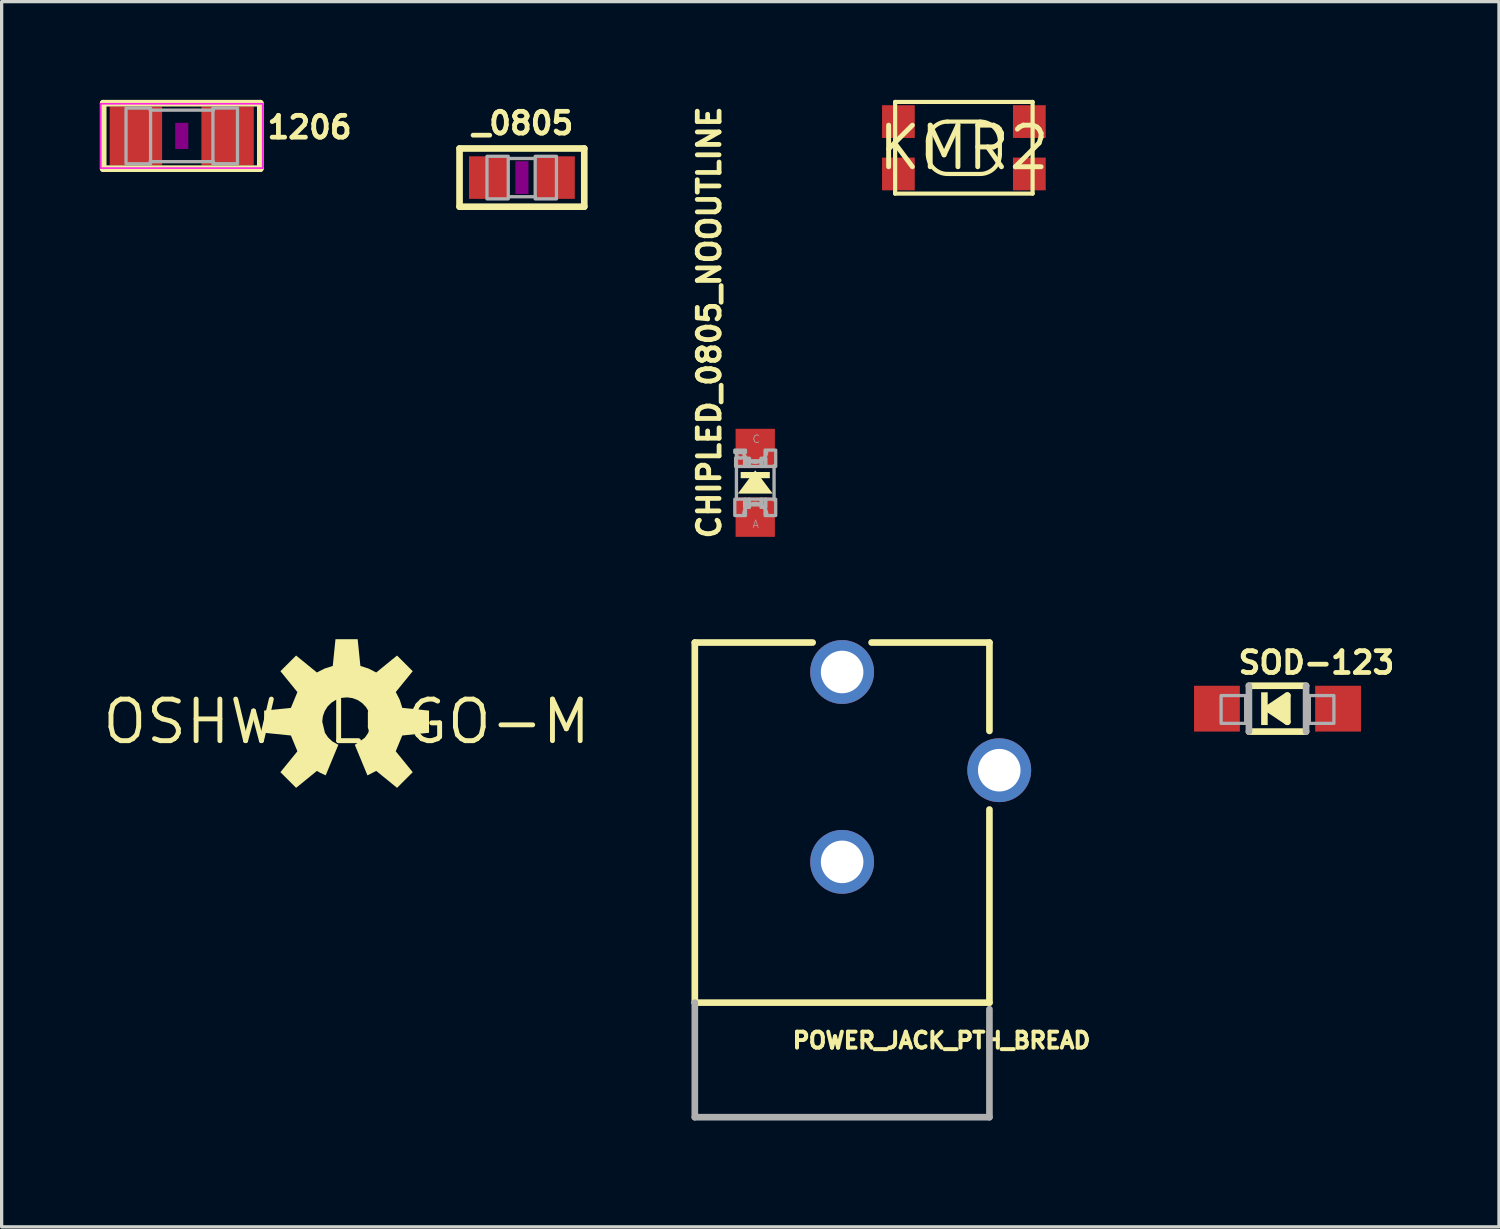
<source format=kicad_pcb>
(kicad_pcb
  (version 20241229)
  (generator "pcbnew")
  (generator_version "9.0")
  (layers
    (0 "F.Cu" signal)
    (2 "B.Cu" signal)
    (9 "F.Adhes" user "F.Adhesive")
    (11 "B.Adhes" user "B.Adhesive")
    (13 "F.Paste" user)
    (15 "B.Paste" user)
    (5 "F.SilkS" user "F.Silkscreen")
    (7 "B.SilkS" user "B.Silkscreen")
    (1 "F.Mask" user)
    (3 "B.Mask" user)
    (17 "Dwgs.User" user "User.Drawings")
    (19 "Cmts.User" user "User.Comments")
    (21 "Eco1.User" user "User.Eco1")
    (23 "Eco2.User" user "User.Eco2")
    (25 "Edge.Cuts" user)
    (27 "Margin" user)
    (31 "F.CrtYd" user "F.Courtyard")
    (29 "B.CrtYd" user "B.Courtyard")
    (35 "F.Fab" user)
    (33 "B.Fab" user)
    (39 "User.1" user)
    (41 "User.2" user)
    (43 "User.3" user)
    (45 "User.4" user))
  (footprint "_0805"
    (layer "F.Cu")
    (at 12.893 2.375)
    (property "Reference" "_0805" (at -1.587 -1.27 0) (layer "F.SilkS") (effects (font (size 0.666 0.666) (thickness 0.146)) (justify left bottom)))
    (fp_line (start -1.905 -0.889) (end 1.905 -0.889) (stroke (width 0.203) (type solid)) (layer "F.SilkS"))
    (fp_line (start -1.905 0.889) (end -1.905 -0.889) (stroke (width 0.203) (type solid)) (layer "F.SilkS"))
    (fp_line (start 1.905 -0.889) (end 1.905 0.889) (stroke (width 0.203) (type solid)) (layer "F.SilkS"))
    (fp_line (start 1.905 0.889) (end -1.905 0.889) (stroke (width 0.203) (type solid)) (layer "F.SilkS"))
    (fp_poly (pts (xy -0.2 0.5) (xy 0.2 0.5) (xy 0.2 -0.5) (xy -0.2 -0.5)) (stroke (width 0) (type solid)) (fill yes) (layer "F.Adhes"))
    (fp_line (start -0.41 -0.585) (end 0.41 -0.585) (stroke (width 0.102) (type solid)) (layer "F.Fab"))
    (fp_line (start -0.41 0.585) (end 0.41 0.585) (stroke (width 0.102) (type solid)) (layer "F.Fab"))
    (fp_poly (pts (xy -1.067 0.65) (xy -0.417 0.65) (xy -0.417 -0.65) (xy -1.067 -0.65)) (stroke (width 0.1) (type solid)) (fill no) (layer "F.Fab"))
    (fp_poly (pts (xy 0.406 0.65) (xy 1.056 0.65) (xy 1.056 -0.65) (xy 0.406 -0.65)) (stroke (width 0.1) (type solid)) (fill no) (layer "F.Fab"))
    (pad "1" smd rect (at -1.016 0) (size 1.2 1.3) (layers "F.Cu" "F.Mask" "F.Paste"))
    (pad "2" smd rect (at 1.016 0) (size 1.2 1.3) (layers "F.Cu" "F.Mask" "F.Paste")))
  (footprint "SOD-123"
    (layer "F.Cu")
    (at 35.975 18.598)
    (property "Reference" "SOD-123" (at -1.27 -1.016 0) (layer "F.SilkS") (effects (font (size 0.666 0.666) (thickness 0.146)) (justify left bottom)))
    (fp_line (start -0.873 -0.7) (end 0.873 -0.7) (stroke (width 0.203) (type solid)) (layer "F.SilkS"))
    (fp_line (start -0.3 0) (end 0.3 -0.4) (stroke (width 0.203) (type solid)) (layer "F.SilkS"))
    (fp_line (start 0.3 -0.4) (end 0.3 0.4) (stroke (width 0.203) (type solid)) (layer "F.SilkS"))
    (fp_line (start 0.3 0.4) (end -0.3 0) (stroke (width 0.203) (type solid)) (layer "F.SilkS"))
    (fp_line (start 0.873 0.7) (end -0.873 0.7) (stroke (width 0.203) (type solid)) (layer "F.SilkS"))
    (fp_poly (pts (xy 0.302 0.39) (xy -0.283 0) (xy 0.302 -0.39)) (stroke (width 0) (type solid)) (fill yes) (layer "F.SilkS"))
    (fp_poly (pts (xy -0.5 0.5) (xy -0.3 0.5) (xy -0.3 -0.5) (xy -0.5 -0.5)) (stroke (width 0) (type solid)) (fill yes) (layer "F.SilkS"))
    (fp_line (start -0.873 0.7) (end -0.873 -0.7) (stroke (width 0.203) (type solid)) (layer "F.Fab"))
    (fp_line (start 0.873 -0.7) (end 0.873 0.7) (stroke (width 0.203) (type solid)) (layer "F.Fab"))
    (fp_poly (pts (xy -1.723 0.45) (xy -0.973 0.45) (xy -0.973 -0.4) (xy -1.723 -0.4)) (stroke (width 0.1) (type solid)) (fill no) (layer "F.Fab"))
    (fp_poly (pts (xy 0.973 0.45) (xy 1.723 0.45) (xy 1.723 -0.4) (xy 0.973 -0.4)) (stroke (width 0.1) (type solid)) (fill no) (layer "F.Fab"))
    (pad "A" smd rect (at 1.85 0 90) (size 1.4 1.4) (layers "F.Cu" "F.Mask" "F.Paste"))
    (pad "C" smd rect (at -1.85 0 90) (size 1.4 1.4) (layers "F.Cu" "F.Mask" "F.Paste")))
  (footprint "KMR2"
    (layer "F.Cu")
    (at 26.394 1.464)
    (property "Reference" "KMR2" (at 0 0 0) (layer "F.SilkS") (effects (font (size 1.27 1.27) (thickness 0.15))))
    (fp_line (start -2.1 -1.4) (end 2.1 -1.4) (stroke (width 0.127) (type solid)) (layer "F.SilkS"))
    (fp_line (start -2.1 1.4) (end -2.1 -1.4) (stroke (width 0.127) (type solid)) (layer "F.SilkS"))
    (fp_line (start -1.1 0.2) (end -1.1 -0.2) (stroke (width 0.127) (type solid)) (layer "F.SilkS"))
    (fp_line (start -0.5 -0.8) (end 0.5 -0.8) (stroke (width 0.127) (type solid)) (layer "F.SilkS"))
    (fp_line (start 0.5 0.8) (end -0.5 0.8) (stroke (width 0.127) (type solid)) (layer "F.SilkS"))
    (fp_line (start 1.1 -0.2) (end 1.1 0.2) (stroke (width 0.127) (type solid)) (layer "F.SilkS"))
    (fp_line (start 2.1 -1.4) (end 2.1 1.4) (stroke (width 0.127) (type solid)) (layer "F.SilkS"))
    (fp_line (start 2.1 1.4) (end -2.1 1.4) (stroke (width 0.127) (type solid)) (layer "F.SilkS"))
    (fp_arc (start -1.1 -0.2) (mid -0.924263 -0.624264) (end -0.499998 -0.8) (stroke (width 0.127) (type solid)) (layer "F.SilkS"))
    (fp_arc (start -0.5 0.8) (mid -0.924264 0.624263) (end -1.1 0.199998) (stroke (width 0.127) (type solid)) (layer "F.SilkS"))
    (fp_arc (start 0.5 -0.8) (mid 0.924264 -0.624263) (end 1.1 -0.199998) (stroke (width 0.127) (type solid)) (layer "F.SilkS"))
    (fp_arc (start 1.1 0.2) (mid 0.924263 0.624264) (end 0.499998 0.8) (stroke (width 0.127) (type solid)) (layer "F.SilkS"))
    (pad "1" smd rect (at 2 -0.8) (size 1 1) (layers "F.Cu" "F.Mask" "F.Paste"))
    (pad "2" smd rect (at 2 0.8) (size 1 1) (layers "F.Cu" "F.Mask" "F.Paste"))
    (pad "3" smd rect (at -2 -0.8) (size 1 1) (layers "F.Cu" "F.Mask" "F.Paste"))
    (pad "4" smd rect (at -2 0.8) (size 1 1) (layers "F.Cu" "F.Mask" "F.Paste")))
  (footprint "1206"
    (layer "F.Cu")
    (at 2.502 1.102)
    (property "Reference" "1206" (at 2.54 0.127 0) (layer "F.SilkS") (effects (font (size 0.666 0.666) (thickness 0.146)) (justify left bottom)))
    (fp_line (start -2.4 -1) (end 2.4 -1) (stroke (width 0.203) (type solid)) (layer "F.SilkS"))
    (fp_line (start -2.4 1) (end -2.4 -1) (stroke (width 0.203) (type solid)) (layer "F.SilkS"))
    (fp_line (start 2.4 -1) (end 2.4 1) (stroke (width 0.203) (type solid)) (layer "F.SilkS"))
    (fp_line (start 2.4 1) (end -2.4 1) (stroke (width 0.203) (type solid)) (layer "F.SilkS"))
    (fp_poly (pts (xy -0.2 0.4) (xy 0.2 0.4) (xy 0.2 -0.4) (xy -0.2 -0.4)) (stroke (width 0) (type solid)) (fill yes) (layer "F.Adhes"))
    (fp_line (start -2.473 -0.983) (end 2.473 -0.983) (stroke (width 0.051) (type solid)) (layer "F.CrtYd"))
    (fp_line (start -2.473 0.983) (end -2.473 -0.983) (stroke (width 0.051) (type solid)) (layer "F.CrtYd"))
    (fp_line (start 2.473 -0.983) (end 2.473 0.983) (stroke (width 0.051) (type solid)) (layer "F.CrtYd"))
    (fp_line (start 2.473 0.983) (end -2.473 0.983) (stroke (width 0.051) (type solid)) (layer "F.CrtYd"))
    (fp_line (start -0.965 -0.787) (end 0.965 -0.787) (stroke (width 0.102) (type solid)) (layer "F.Fab"))
    (fp_line (start -0.965 0.787) (end 0.965 0.787) (stroke (width 0.102) (type solid)) (layer "F.Fab"))
    (fp_poly (pts (xy -1.702 0.851) (xy -0.952 0.851) (xy -0.952 -0.849) (xy -1.702 -0.849)) (stroke (width 0.1) (type solid)) (fill no) (layer "F.Fab"))
    (fp_poly (pts (xy 0.952 0.849) (xy 1.702 0.849) (xy 1.702 -0.851) (xy 0.952 -0.851)) (stroke (width 0.1) (type solid)) (fill no) (layer "F.Fab"))
    (pad "1" smd rect (at -1.4 0) (size 1.6 1.8) (layers "F.Cu" "F.Mask" "F.Paste"))
    (pad "2" smd rect (at 1.4 0) (size 1.6 1.8) (layers "F.Cu" "F.Mask" "F.Paste")))
  (footprint "OSHW-LOGO-M"
    (layer "F.Cu")
    (at 7.537 18.996)
    (property "Reference" "OSHW-LOGO-M" (at 0 0 0) (layer "F.SilkS") (effects (font (size 1.27 1.27) (thickness 0.15))))
    (fp_poly (pts (xy 0.422 -1.703) (xy 0.672 -1.623) (xy 0.906 -1.503) (xy 1.542 -2.021) (xy 2.021 -1.542) (xy 1.503 -0.906) (xy 1.623 -0.672) (xy 1.703 -0.422) (xy 2.519 -0.339) (xy 2.519 0.339) (xy 1.701 0.422) (xy 1.502 0.904) (xy 2.021 1.542) (xy 1.542 2.021) (xy 0.906 1.503) (xy 0.638 1.641) (xy 0.252 0.708) (xy 0.558 0.49) (xy 0.653 0.354) (xy 0.716 0.197) (xy 0.742 0.031) (xy 0.73 -0.137) (xy 0.68 -0.298) (xy 0.596 -0.444) (xy 0.48 -0.567) (xy 0.34 -0.661) (xy 0.182 -0.72) (xy 0.015 -0.743) (xy -0.152 -0.727) (xy -0.312 -0.674) (xy -0.456 -0.586) (xy -0.577 -0.468) (xy -0.667 -0.326) (xy -0.724 -0.167) (xy -0.743 -0.002) (xy -0.661 0.339) (xy -0.565 0.482) (xy -0.437 0.601) (xy -0.251 0.705) (xy -0.638 1.639) (xy -0.804 1.562) (xy -0.907 1.504) (xy -1.542 2.021) (xy -2.021 1.542) (xy -1.502 0.904) (xy -1.701 0.422) (xy -2.519 0.339) (xy -2.519 -0.339) (xy -1.701 -0.422) (xy -1.502 -0.904) (xy -2.021 -1.542) (xy -1.542 -2.021) (xy -0.906 -1.503) (xy -0.672 -1.623) (xy -0.422 -1.703) (xy -0.339 -2.519) (xy 0.339 -2.519)) (stroke (width 0) (type solid)) (fill yes) (layer "F.SilkS")))
  (footprint "CHIPLED_0805_NOOUTLINE"
    (layer "F.Cu")
    (at 20.021 11.699)
    (property "Reference" "CHIPLED_0805_NOOUTLINE" (at -1.016 1.778 90) (layer "F.SilkS") (effects (font (size 0.666 0.666) (thickness 0.146)) (justify left bottom)))
    (fp_poly (pts (xy 0.533 0.33) (xy -0.533 0.33) (xy 0 -0.381)) (stroke (width 0) (type solid)) (fill yes) (layer "F.SilkS"))
    (fp_poly (pts (xy -0.445 -0.141) (xy 0.445 -0.141) (xy 0.445 -0.331) (xy -0.445 -0.331)) (stroke (width 0) (type solid)) (fill yes) (layer "F.SilkS"))
    (fp_line (start -0.575 0.5) (end -0.575 -0.925) (stroke (width 0.102) (type solid)) (layer "F.Fab"))
    (fp_line (start 0.575 -0.525) (end 0.575 0.525) (stroke (width 0.102) (type solid)) (layer "F.Fab"))
    (fp_arc (start -0.35 0.925) (mid -0.000001 0.625027) (end 0.35 0.924998) (stroke (width 0.1016) (type solid)) (layer "F.Fab"))
    (fp_arc (start 0.35 -0.924998) (mid -0.000001 -0.625027) (end -0.35 -0.925) (stroke (width 0.1016) (type solid)) (layer "F.Fab"))
    (fp_circle (center -0.45 -0.85) (end -0.347 -0.85) (stroke (width 0.076) (type solid)) (fill no) (layer "F.Fab"))
    (fp_poly (pts (xy -0.625 -0.925) (xy -0.3 -0.925) (xy -0.3 -1) (xy -0.625 -1)) (stroke (width 0.1) (type solid)) (fill no) (layer "F.Fab"))
    (fp_poly (pts (xy -0.625 1) (xy -0.3 1) (xy -0.3 0.5) (xy -0.625 0.5)) (stroke (width 0.1) (type solid)) (fill no) (layer "F.Fab"))
    (fp_poly (pts (xy -0.6 -0.5) (xy -0.3 -0.5) (xy -0.3 -0.762) (xy -0.6 -0.762)) (stroke (width 0.1) (type solid)) (fill no) (layer "F.Fab"))
    (fp_poly (pts (xy -0.325 -0.5) (xy -0.175 -0.5) (xy -0.175 -0.75) (xy -0.325 -0.75)) (stroke (width 0.1) (type solid)) (fill no) (layer "F.Fab"))
    (fp_poly (pts (xy -0.325 0.75) (xy -0.175 0.75) (xy -0.175 0.5) (xy -0.325 0.5)) (stroke (width 0.1) (type solid)) (fill no) (layer "F.Fab"))
    (fp_poly (pts (xy -0.2 -0.5) (xy 0.2 -0.5) (xy 0.2 -0.675) (xy -0.2 -0.675)) (stroke (width 0.1) (type solid)) (fill no) (layer "F.Fab"))
    (fp_poly (pts (xy -0.2 0.675) (xy 0.2 0.675) (xy 0.2 0.5) (xy -0.2 0.5)) (stroke (width 0.1) (type solid)) (fill no) (layer "F.Fab"))
    (fp_poly (pts (xy 0.175 -0.5) (xy 0.325 -0.5) (xy 0.325 -0.75) (xy 0.175 -0.75)) (stroke (width 0.1) (type solid)) (fill no) (layer "F.Fab"))
    (fp_poly (pts (xy 0.175 0.75) (xy 0.325 0.75) (xy 0.325 0.5) (xy 0.175 0.5)) (stroke (width 0.1) (type solid)) (fill no) (layer "F.Fab"))
    (fp_poly (pts (xy 0.3 -0.5) (xy 0.625 -0.5) (xy 0.625 -1) (xy 0.3 -1)) (stroke (width 0.1) (type solid)) (fill no) (layer "F.Fab"))
    (fp_poly (pts (xy 0.3 1) (xy 0.625 1) (xy 0.625 0.5) (xy 0.3 0.5)) (stroke (width 0.1) (type solid)) (fill no) (layer "F.Fab"))
    (fp_text user "C" (at -0.1 -1.2 0) (layer "F.Fab") (effects (font (size 0.234 0.234) (thickness 0.02)) (justify left bottom)))
    (fp_text user "A" (at -0.1 1.4 0) (layer "F.Fab") (effects (font (size 0.234 0.234) (thickness 0.02)) (justify left bottom)))
    (pad "A" smd rect (at 0 1.05) (size 1.2 1.2) (layers "F.Cu" "F.Mask" "F.Paste"))
    (pad "C" smd rect (at 0 -1.05) (size 1.2 1.2) (layers "F.Cu" "F.Mask" "F.Paste")))
  (footprint "POWER_JACK_PTH_BREAD"
    (layer "F.Cu")
    (at 22.675 31.178)
    (property "Reference" "POWER_JACK_PTH_BREAD" (at -1.575 -2.159 0) (layer "F.SilkS") (effects (font (size 0.488 0.488) (thickness 0.122)) (justify left bottom)))
    (fp_line (start -4.5 -14.6) (end -0.9 -14.6) (stroke (width 0.203) (type solid)) (layer "F.SilkS"))
    (fp_line (start -4.5 -3.6) (end -4.5 -14.6) (stroke (width 0.203) (type solid)) (layer "F.SilkS"))
    (fp_line (start -4.5 -3.6) (end 4.5 -3.6) (stroke (width 0.203) (type solid)) (layer "F.SilkS"))
    (fp_line (start 4.5 -14.6) (end 0.9 -14.6) (stroke (width 0.203) (type solid)) (layer "F.SilkS"))
    (fp_line (start 4.5 -14.6) (end 4.5 -11.9) (stroke (width 0.203) (type solid)) (layer "F.SilkS"))
    (fp_line (start 4.5 -3.6) (end 4.5 -9.5) (stroke (width 0.203) (type solid)) (layer "F.SilkS"))
    (fp_line (start -4.5 -3.6) (end -4.5 -0.1) (stroke (width 0.203) (type solid)) (layer "F.Fab"))
    (fp_line (start 4.5 -0.1) (end -4.5 -0.1) (stroke (width 0.203) (type solid)) (layer "F.Fab"))
    (fp_line (start 4.5 -0.1) (end 4.5 -3.4) (stroke (width 0.203) (type solid)) (layer "F.Fab"))
    (pad "GND" thru_hole circle (at 0 -7.9) (size 1.95 1.95) (drill 1.3) (layers "*.Cu" "*.Mask"))
    (pad "GNDBREAK" thru_hole circle (at 4.8 -10.7 90) (size 1.95 1.95) (drill 1.3) (layers "*.Cu" "*.Mask"))
    (pad "PWR" thru_hole circle (at 0 -13.7) (size 1.95 1.95) (drill 1.3) (layers "*.Cu" "*.Mask")))
  (gr_rect
    (start -3 -3)
    (end 42.74 34.428)
    (stroke (width 0.1) (type default))
    (fill no)
    (layer "Edge.Cuts")))
</source>
